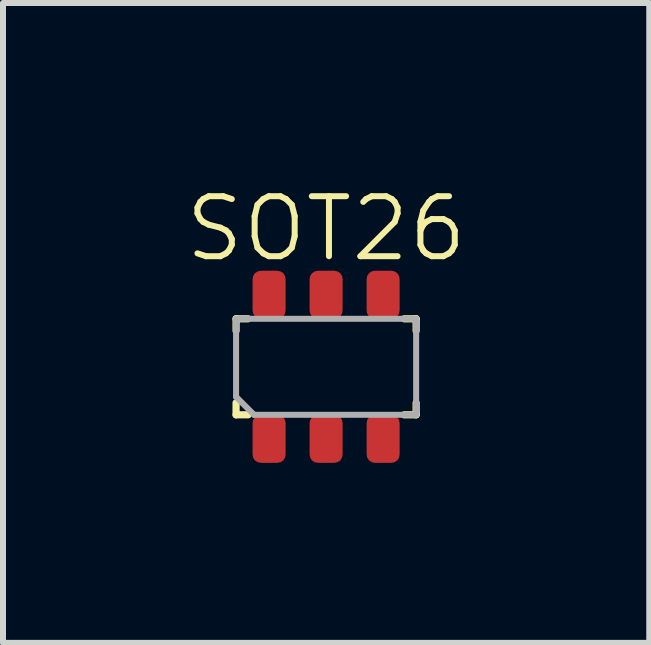
<source format=kicad_pcb>
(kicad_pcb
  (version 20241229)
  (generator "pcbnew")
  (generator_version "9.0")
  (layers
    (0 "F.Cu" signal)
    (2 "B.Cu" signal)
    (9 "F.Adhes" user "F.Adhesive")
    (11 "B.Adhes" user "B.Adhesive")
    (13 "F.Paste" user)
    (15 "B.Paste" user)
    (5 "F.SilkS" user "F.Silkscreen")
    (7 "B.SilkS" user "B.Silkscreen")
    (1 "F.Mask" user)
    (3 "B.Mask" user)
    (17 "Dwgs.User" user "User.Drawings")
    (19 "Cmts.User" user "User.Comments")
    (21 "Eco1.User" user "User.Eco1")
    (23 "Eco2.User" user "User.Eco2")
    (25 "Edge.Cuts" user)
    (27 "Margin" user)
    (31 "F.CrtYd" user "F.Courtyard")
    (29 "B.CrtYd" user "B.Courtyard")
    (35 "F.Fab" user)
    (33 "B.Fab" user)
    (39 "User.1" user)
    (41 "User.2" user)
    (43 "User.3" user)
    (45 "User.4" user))
  (footprint "SOT26"
    (layer "F.Cu")
    (at 2.383 3.061)
    (property "Reference" "SOT26" (at 0 -2.3 0) (unlocked yes) (layer "F.SilkS") (effects (font (size 1 1) (thickness 0.1))))
    (attr smd)
    (fp_line (start -1.5 -0.6) (end -1.5 -0.8) (stroke (width 0.12) (type default)) (layer "F.SilkS"))
    (fp_line (start -1.5 0.6) (end -1.5 0.8) (stroke (width 0.12) (type default)) (layer "F.SilkS"))
    (fp_line (start -1.3 -0.8) (end -1.5 -0.8) (stroke (width 0.12) (type default)) (layer "F.SilkS"))
    (fp_line (start -1.3 0.8) (end -1.5 0.8) (stroke (width 0.12) (type default)) (layer "F.SilkS"))
    (fp_line (start 1.3 -0.8) (end 1.5 -0.8) (stroke (width 0.12) (type default)) (layer "F.SilkS"))
    (fp_line (start 1.3 0.8) (end 1.5 0.8) (stroke (width 0.12) (type default)) (layer "F.SilkS"))
    (fp_line (start 1.5 -0.6) (end 1.5 -0.8) (stroke (width 0.12) (type default)) (layer "F.SilkS"))
    (fp_line (start 1.5 0.6) (end 1.5 0.8) (stroke (width 0.12) (type default)) (layer "F.SilkS"))
    (fp_line (start -1.5 -0.8) (end -1.5 0.5) (stroke (width 0.1) (type default)) (layer "F.Fab"))
    (fp_line (start -1.5 -0.8) (end 1.5 -0.8) (stroke (width 0.1) (type default)) (layer "F.Fab"))
    (fp_line (start -1.5 0.5) (end -1.2 0.8) (stroke (width 0.1) (type default)) (layer "F.Fab"))
    (fp_line (start 1.5 0.8) (end -1.2 0.8) (stroke (width 0.1) (type default)) (layer "F.Fab"))
    (fp_line (start 1.5 0.8) (end 1.5 -0.8) (stroke (width 0.1) (type default)) (layer "F.Fab"))
    (pad "1" smd roundrect (at -0.95 1.2 180) (size 0.55 0.8) (layers "F.Cu" "F.Mask" "F.Paste") (roundrect_rratio 0.25))
    (pad "2" smd roundrect (at 0 1.2 180) (size 0.55 0.8) (layers "F.Cu" "F.Mask" "F.Paste") (roundrect_rratio 0.25))
    (pad "3" smd roundrect (at 0.95 1.2 180) (size 0.55 0.8) (layers "F.Cu" "F.Mask" "F.Paste") (roundrect_rratio 0.25))
    (pad "4" smd roundrect (at 0.95 -1.2 180) (size 0.55 0.8) (layers "F.Cu" "F.Mask" "F.Paste") (roundrect_rratio 0.25))
    (pad "5" smd roundrect (at 0 -1.2 180) (size 0.55 0.8) (layers "F.Cu" "F.Mask" "F.Paste") (roundrect_rratio 0.25))
    (pad "6" smd roundrect (at -0.95 -1.2 180) (size 0.55 0.8) (layers "F.Cu" "F.Mask" "F.Paste") (roundrect_rratio 0.25)))
  (gr_rect
    (start -3 -3)
    (end 7.767 7.66)
    (stroke (width 0.1) (type default))
    (fill no)
    (layer "Edge.Cuts")))
</source>
